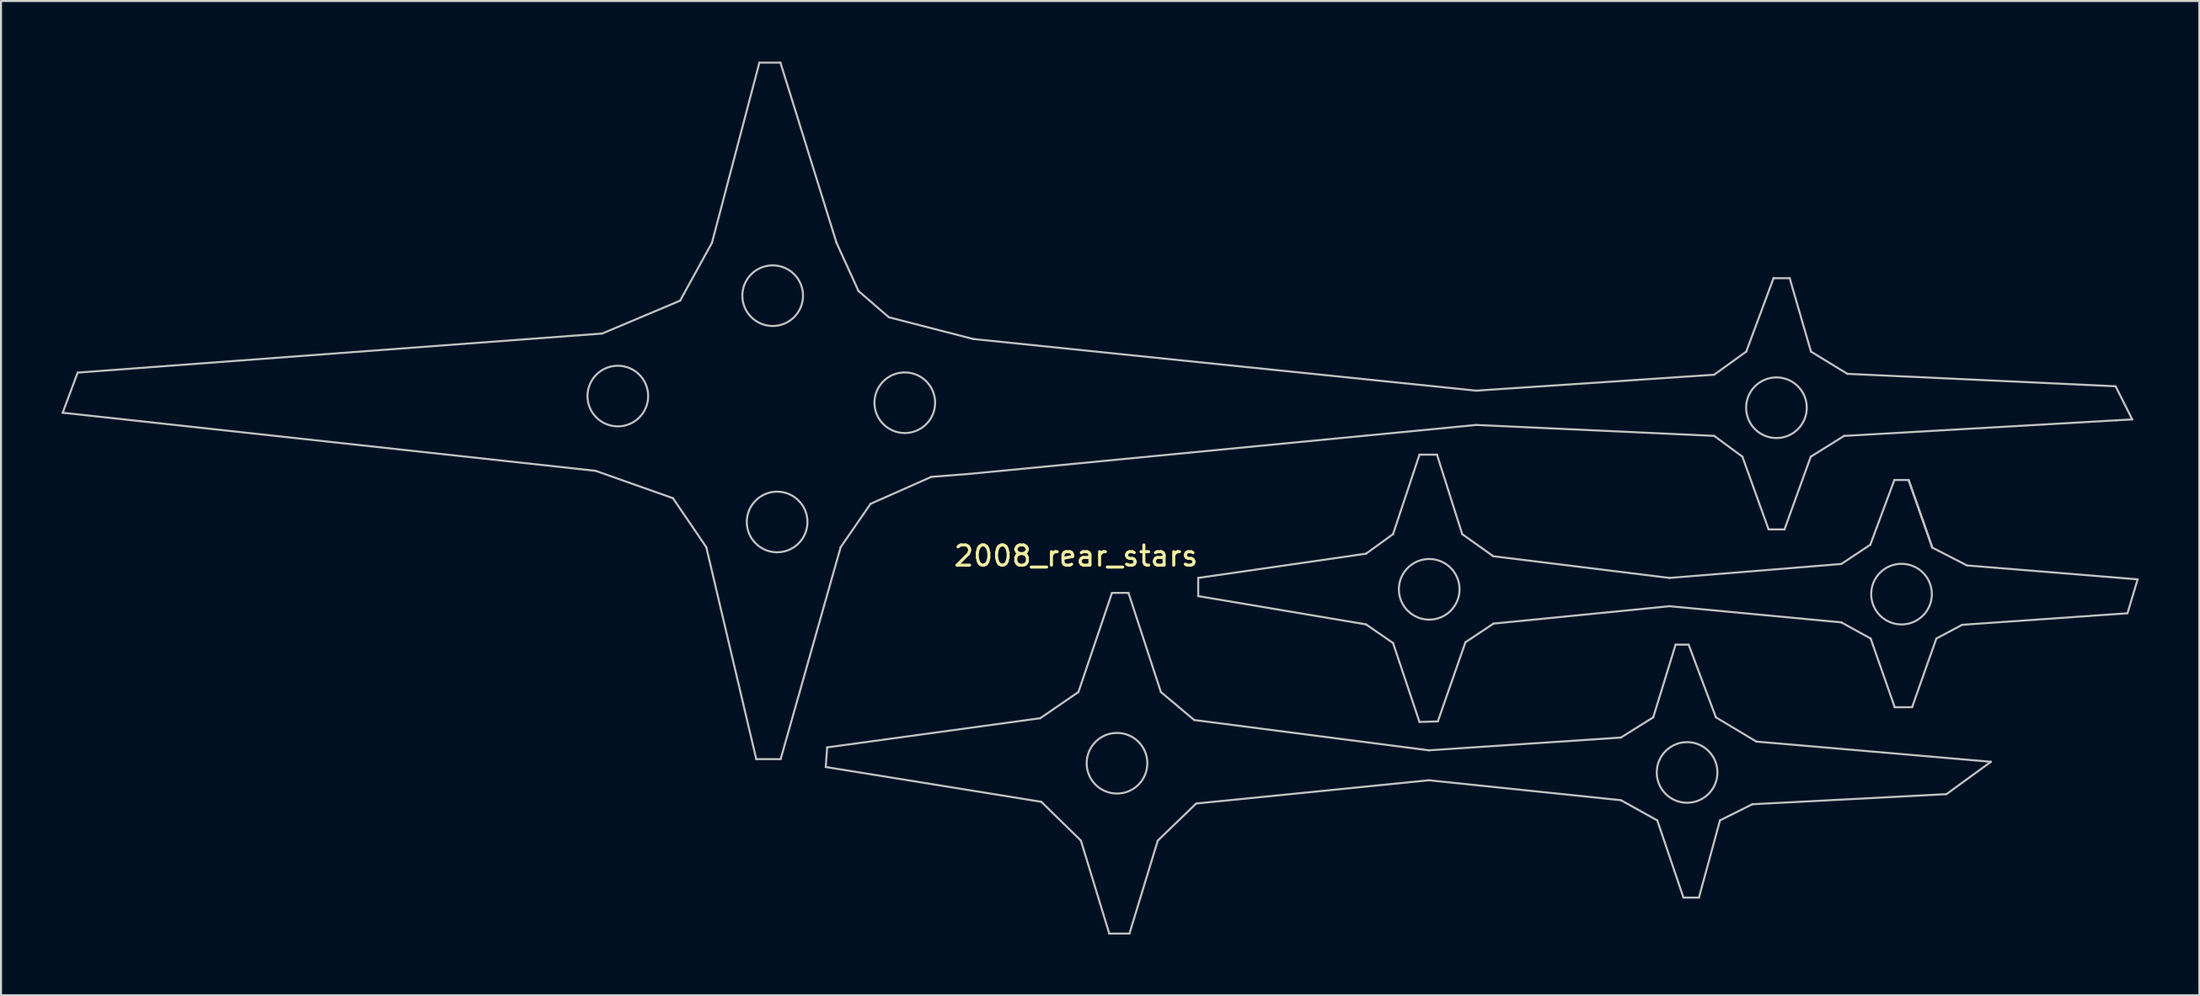
<source format=kicad_pcb>
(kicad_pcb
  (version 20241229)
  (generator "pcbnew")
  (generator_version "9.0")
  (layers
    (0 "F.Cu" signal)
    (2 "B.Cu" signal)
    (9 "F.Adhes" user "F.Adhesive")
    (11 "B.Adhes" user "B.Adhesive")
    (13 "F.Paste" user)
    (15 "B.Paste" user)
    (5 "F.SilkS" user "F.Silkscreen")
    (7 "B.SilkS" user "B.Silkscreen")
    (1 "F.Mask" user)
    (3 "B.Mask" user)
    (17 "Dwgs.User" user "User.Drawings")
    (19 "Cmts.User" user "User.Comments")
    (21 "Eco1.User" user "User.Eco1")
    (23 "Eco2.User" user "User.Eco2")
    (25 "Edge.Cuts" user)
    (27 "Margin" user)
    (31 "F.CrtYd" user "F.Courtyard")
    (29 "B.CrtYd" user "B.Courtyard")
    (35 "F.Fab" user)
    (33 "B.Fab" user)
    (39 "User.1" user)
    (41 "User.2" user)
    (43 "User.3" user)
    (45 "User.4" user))
  (footprint "2008_rear_stars"
    (layer "F.Cu")
    (at 50.157 23.963)
    (property "Reference" "2008_rear_stars" (at 0 0.5 0) (layer "F.SilkS") (effects (font (size 1 1) (thickness 0.15))))
    (attr through_hole)
    (fp_line (start -50.107 -6.587) (end -49.366 -8.574) (stroke (width 0.1) (type solid)) (layer "Dwgs.User"))
    (fp_line (start -49.366 -8.574) (end -23.431 -10.507) (stroke (width 0.1) (type solid)) (layer "Dwgs.User"))
    (fp_line (start -23.756 -3.713) (end -50.107 -6.587) (stroke (width 0.1) (type solid)) (layer "Dwgs.User"))
    (fp_line (start -23.431 -10.507) (end -19.577 -12.133) (stroke (width 0.1) (type solid)) (layer "Dwgs.User"))
    (fp_line (start -19.93 -2.359) (end -23.756 -3.713) (stroke (width 0.1) (type solid)) (layer "Dwgs.User"))
    (fp_line (start -19.577 -12.133) (end -18 -15) (stroke (width 0.1) (type solid)) (layer "Dwgs.User"))
    (fp_line (start -18.281 0.067) (end -19.93 -2.359) (stroke (width 0.1) (type solid)) (layer "Dwgs.User"))
    (fp_line (start -18 -15) (end -15.656 -23.913) (stroke (width 0.1) (type solid)) (layer "Dwgs.User"))
    (fp_line (start -15.811 10.554) (end -18.281 0.067) (stroke (width 0.1) (type solid)) (layer "Dwgs.User"))
    (fp_line (start -15.656 -23.913) (end -14.615 -23.913) (stroke (width 0.1) (type solid)) (layer "Dwgs.User"))
    (fp_line (start -14.615 -23.913) (end -11.843 -15) (stroke (width 0.1) (type solid)) (layer "Dwgs.User"))
    (fp_line (start -14.604 10.554) (end -15.811 10.554) (stroke (width 0.1) (type solid)) (layer "Dwgs.User"))
    (fp_line (start -12.375 10.945) (end -12.304 9.973) (stroke (width 0.1) (type solid)) (layer "Dwgs.User"))
    (fp_line (start -12.304 9.973) (end -1.768 8.53) (stroke (width 0.1) (type solid)) (layer "Dwgs.User"))
    (fp_line (start -11.843 -15) (end -10.756 -12.613) (stroke (width 0.1) (type solid)) (layer "Dwgs.User"))
    (fp_line (start -11.638 0.067) (end -14.604 10.554) (stroke (width 0.1) (type solid)) (layer "Dwgs.User"))
    (fp_line (start -10.756 -12.613) (end -9.256 -11.313) (stroke (width 0.1) (type solid)) (layer "Dwgs.User"))
    (fp_line (start -10.158 -2.08) (end -11.638 0.067) (stroke (width 0.1) (type solid)) (layer "Dwgs.User"))
    (fp_line (start -9.256 -11.313) (end -5.08 -10.236) (stroke (width 0.1) (type solid)) (layer "Dwgs.User"))
    (fp_line (start -7.156 -3.413) (end -10.158 -2.08) (stroke (width 0.1) (type solid)) (layer "Dwgs.User"))
    (fp_line (start -5.271 -3.561) (end -7.156 -3.413) (stroke (width 0.1) (type solid)) (layer "Dwgs.User"))
    (fp_line (start -5.08 -10.236) (end 19.79 -7.68) (stroke (width 0.1) (type solid)) (layer "Dwgs.User"))
    (fp_line (start -1.768 8.53) (end 0.12 7.235) (stroke (width 0.1) (type solid)) (layer "Dwgs.User"))
    (fp_line (start -1.716 12.667) (end -12.375 10.945) (stroke (width 0.1) (type solid)) (layer "Dwgs.User"))
    (fp_line (start 0.12 7.235) (end 1.78 2.327) (stroke (width 0.1) (type solid)) (layer "Dwgs.User"))
    (fp_line (start 0.244 14.587) (end -1.716 12.667) (stroke (width 0.1) (type solid)) (layer "Dwgs.User"))
    (fp_line (start 1.644 19.187) (end 0.244 14.587) (stroke (width 0.1) (type solid)) (layer "Dwgs.User"))
    (fp_line (start 1.78 2.327) (end 2.595 2.327) (stroke (width 0.1) (type solid)) (layer "Dwgs.User"))
    (fp_line (start 2.595 2.327) (end 4.198 7.235) (stroke (width 0.1) (type solid)) (layer "Dwgs.User"))
    (fp_line (start 2.644 19.187) (end 1.644 19.187) (stroke (width 0.1) (type solid)) (layer "Dwgs.User"))
    (fp_line (start 4.044 14.587) (end 2.644 19.187) (stroke (width 0.1) (type solid)) (layer "Dwgs.User"))
    (fp_line (start 4.198 7.235) (end 5.845 8.619) (stroke (width 0.1) (type solid)) (layer "Dwgs.User"))
    (fp_line (start 5.845 8.619) (end 17.444 10.119) (stroke (width 0.1) (type solid)) (layer "Dwgs.User"))
    (fp_line (start 5.943 12.751) (end 4.044 14.587) (stroke (width 0.1) (type solid)) (layer "Dwgs.User"))
    (fp_line (start 6.044 1.587) (end 6.044 2.487) (stroke (width 0.1) (type solid)) (layer "Dwgs.User"))
    (fp_line (start 6.044 2.487) (end 14.344 3.887) (stroke (width 0.1) (type solid)) (layer "Dwgs.User"))
    (fp_line (start 14.344 0.387) (end 6.044 1.587) (stroke (width 0.1) (type solid)) (layer "Dwgs.User"))
    (fp_line (start 14.344 3.887) (end 15.678 4.809) (stroke (width 0.1) (type solid)) (layer "Dwgs.User"))
    (fp_line (start 15.678 -0.579) (end 14.344 0.387) (stroke (width 0.1) (type solid)) (layer "Dwgs.User"))
    (fp_line (start 15.678 4.809) (end 16.985 8.715) (stroke (width 0.1) (type solid)) (layer "Dwgs.User"))
    (fp_line (start 16.985 -4.513) (end 15.678 -0.579) (stroke (width 0.1) (type solid)) (layer "Dwgs.User"))
    (fp_line (start 16.985 8.715) (end 17.894 8.687) (stroke (width 0.1) (type solid)) (layer "Dwgs.User"))
    (fp_line (start 17.444 10.119) (end 26.944 9.487) (stroke (width 0.1) (type solid)) (layer "Dwgs.User"))
    (fp_line (start 17.444 11.601) (end 5.943 12.751) (stroke (width 0.1) (type solid)) (layer "Dwgs.User"))
    (fp_line (start 17.851 -4.513) (end 16.985 -4.513) (stroke (width 0.1) (type solid)) (layer "Dwgs.User"))
    (fp_line (start 17.894 8.687) (end 19.257 4.771) (stroke (width 0.1) (type solid)) (layer "Dwgs.User"))
    (fp_line (start 19.099 -0.579) (end 17.851 -4.513) (stroke (width 0.1) (type solid)) (layer "Dwgs.User"))
    (fp_line (start 19.257 4.771) (end 20.645 3.847) (stroke (width 0.1) (type solid)) (layer "Dwgs.User"))
    (fp_line (start 19.79 -7.68) (end 31.554 -8.469) (stroke (width 0.1) (type solid)) (layer "Dwgs.User"))
    (fp_line (start 19.79 -5.983) (end -5.271 -3.561) (stroke (width 0.1) (type solid)) (layer "Dwgs.User"))
    (fp_line (start 20.632 0.514) (end 19.099 -0.579) (stroke (width 0.1) (type solid)) (layer "Dwgs.User"))
    (fp_line (start 20.645 3.847) (end 29.344 2.987) (stroke (width 0.1) (type solid)) (layer "Dwgs.User"))
    (fp_line (start 26.944 9.487) (end 28.544 8.487) (stroke (width 0.1) (type solid)) (layer "Dwgs.User"))
    (fp_line (start 26.944 12.587) (end 17.444 11.601) (stroke (width 0.1) (type solid)) (layer "Dwgs.User"))
    (fp_line (start 28.544 8.487) (end 29.651 4.888) (stroke (width 0.1) (type solid)) (layer "Dwgs.User"))
    (fp_line (start 28.744 13.587) (end 26.944 12.587) (stroke (width 0.1) (type solid)) (layer "Dwgs.User"))
    (fp_line (start 29.344 1.587) (end 20.632 0.514) (stroke (width 0.1) (type solid)) (layer "Dwgs.User"))
    (fp_line (start 29.344 2.987) (end 37.844 3.787) (stroke (width 0.1) (type solid)) (layer "Dwgs.User"))
    (fp_line (start 29.651 4.888) (end 30.294 4.888) (stroke (width 0.1) (type solid)) (layer "Dwgs.User"))
    (fp_line (start 30.039 17.407) (end 28.744 13.587) (stroke (width 0.1) (type solid)) (layer "Dwgs.User"))
    (fp_line (start 30.294 4.888) (end 31.644 8.487) (stroke (width 0.1) (type solid)) (layer "Dwgs.User"))
    (fp_line (start 30.804 17.407) (end 30.039 17.407) (stroke (width 0.1) (type solid)) (layer "Dwgs.User"))
    (fp_line (start 31.554 -8.469) (end 33.144 -9.613) (stroke (width 0.1) (type solid)) (layer "Dwgs.User"))
    (fp_line (start 31.559 -5.442) (end 19.79 -5.983) (stroke (width 0.1) (type solid)) (layer "Dwgs.User"))
    (fp_line (start 31.644 8.487) (end 33.644 9.687) (stroke (width 0.1) (type solid)) (layer "Dwgs.User"))
    (fp_line (start 31.844 13.587) (end 30.804 17.407) (stroke (width 0.1) (type solid)) (layer "Dwgs.User"))
    (fp_line (start 32.954 -4.413) (end 31.559 -5.442) (stroke (width 0.1) (type solid)) (layer "Dwgs.User"))
    (fp_line (start 33.144 -9.613) (end 34.494 -13.248) (stroke (width 0.1) (type solid)) (layer "Dwgs.User"))
    (fp_line (start 33.444 12.787) (end 31.844 13.587) (stroke (width 0.1) (type solid)) (layer "Dwgs.User"))
    (fp_line (start 33.644 9.687) (end 45.244 10.687) (stroke (width 0.1) (type solid)) (layer "Dwgs.User"))
    (fp_line (start 34.249 -0.813) (end 32.954 -4.413) (stroke (width 0.1) (type solid)) (layer "Dwgs.User"))
    (fp_line (start 34.494 -13.248) (end 35.291 -13.248) (stroke (width 0.1) (type solid)) (layer "Dwgs.User"))
    (fp_line (start 35.034 -0.813) (end 34.249 -0.813) (stroke (width 0.1) (type solid)) (layer "Dwgs.User"))
    (fp_line (start 35.291 -13.248) (end 36.344 -9.613) (stroke (width 0.1) (type solid)) (layer "Dwgs.User"))
    (fp_line (start 36.334 -4.413) (end 35.034 -0.813) (stroke (width 0.1) (type solid)) (layer "Dwgs.User"))
    (fp_line (start 36.344 -9.613) (end 38.144 -8.513) (stroke (width 0.1) (type solid)) (layer "Dwgs.User"))
    (fp_line (start 37.844 0.897) (end 29.344 1.587) (stroke (width 0.1) (type solid)) (layer "Dwgs.User"))
    (fp_line (start 37.844 3.787) (end 39.296 4.587) (stroke (width 0.1) (type solid)) (layer "Dwgs.User"))
    (fp_line (start 37.982 -5.441) (end 36.334 -4.413) (stroke (width 0.1) (type solid)) (layer "Dwgs.User"))
    (fp_line (start 38.144 -8.513) (end 51.408 -7.897) (stroke (width 0.1) (type solid)) (layer "Dwgs.User"))
    (fp_line (start 39.277 -0.054) (end 37.844 0.897) (stroke (width 0.1) (type solid)) (layer "Dwgs.User"))
    (fp_line (start 39.296 4.587) (end 40.486 7.987) (stroke (width 0.1) (type solid)) (layer "Dwgs.User"))
    (fp_line (start 40.468 -3.258) (end 39.277 -0.054) (stroke (width 0.1) (type solid)) (layer "Dwgs.User"))
    (fp_line (start 40.486 7.987) (end 41.344 7.987) (stroke (width 0.1) (type solid)) (layer "Dwgs.User"))
    (fp_line (start 41.173 -3.258) (end 40.468 -3.258) (stroke (width 0.1) (type solid)) (layer "Dwgs.User"))
    (fp_line (start 41.344 7.987) (end 42.544 4.587) (stroke (width 0.1) (type solid)) (layer "Dwgs.User"))
    (fp_line (start 42.344 0.087) (end 41.173 -3.258) (stroke (width 0.1) (type solid)) (layer "Dwgs.User"))
    (fp_line (start 42.344 0.087) (end 41.173 -3.258) (stroke (width 0.1) (type solid)) (layer "Dwgs.User"))
    (fp_line (start 42.544 4.587) (end 43.819 3.907) (stroke (width 0.1) (type solid)) (layer "Dwgs.User"))
    (fp_line (start 43.044 12.287) (end 33.444 12.787) (stroke (width 0.1) (type solid)) (layer "Dwgs.User"))
    (fp_line (start 43.819 3.907) (end 51.995 3.336) (stroke (width 0.1) (type solid)) (layer "Dwgs.User"))
    (fp_line (start 44.059 0.97) (end 42.344 0.087) (stroke (width 0.1) (type solid)) (layer "Dwgs.User"))
    (fp_line (start 45.244 10.687) (end 43.044 12.287) (stroke (width 0.1) (type solid)) (layer "Dwgs.User"))
    (fp_line (start 51.408 -7.897) (end 52.23 -6.258) (stroke (width 0.1) (type solid)) (layer "Dwgs.User"))
    (fp_line (start 51.444 -6.213) (end 37.982 -5.441) (stroke (width 0.1) (type solid)) (layer "Dwgs.User"))
    (fp_line (start 51.995 3.336) (end 52.498 1.658) (stroke (width 0.1) (type solid)) (layer "Dwgs.User"))
    (fp_line (start 52.23 -6.258) (end 51.444 -6.213) (stroke (width 0.1) (type solid)) (layer "Dwgs.User"))
    (fp_line (start 52.498 1.658) (end 44.059 0.97) (stroke (width 0.1) (type solid)) (layer "Dwgs.User"))
    (fp_circle (center -22.656 -7.413) (end -21.156 -7.413) (stroke (width 0.1) (type solid)) (fill no) (layer "Dwgs.User"))
    (fp_circle (center -14.998 -12.381) (end -13.498 -12.381) (stroke (width 0.1) (type solid)) (fill no) (layer "Dwgs.User"))
    (fp_circle (center -14.779 -1.182) (end -13.279 -1.182) (stroke (width 0.1) (type solid)) (fill no) (layer "Dwgs.User"))
    (fp_circle (center -8.466 -7.083) (end -6.966 -7.083) (stroke (width 0.1) (type solid)) (fill no) (layer "Dwgs.User"))
    (fp_circle (center 2.028 10.758) (end 3.528 10.758) (stroke (width 0.1) (type solid)) (fill no) (layer "Dwgs.User"))
    (fp_circle (center 17.466 2.151) (end 18.966 2.151) (stroke (width 0.1) (type solid)) (fill no) (layer "Dwgs.User"))
    (fp_circle (center 30.218 11.214) (end 31.718 11.214) (stroke (width 0.1) (type solid)) (fill no) (layer "Dwgs.User"))
    (fp_circle (center 34.637 -6.836) (end 36.137 -6.836) (stroke (width 0.1) (type solid)) (fill no) (layer "Dwgs.User"))
    (fp_circle (center 40.822 2.389) (end 42.322 2.389) (stroke (width 0.1) (type solid)) (fill no) (layer "Dwgs.User")))
  (gr_rect
    (start -3 -3)
    (end 105.705 46.2)
    (stroke (width 0.1) (type default))
    (fill no)
    (layer "Edge.Cuts")))
</source>
